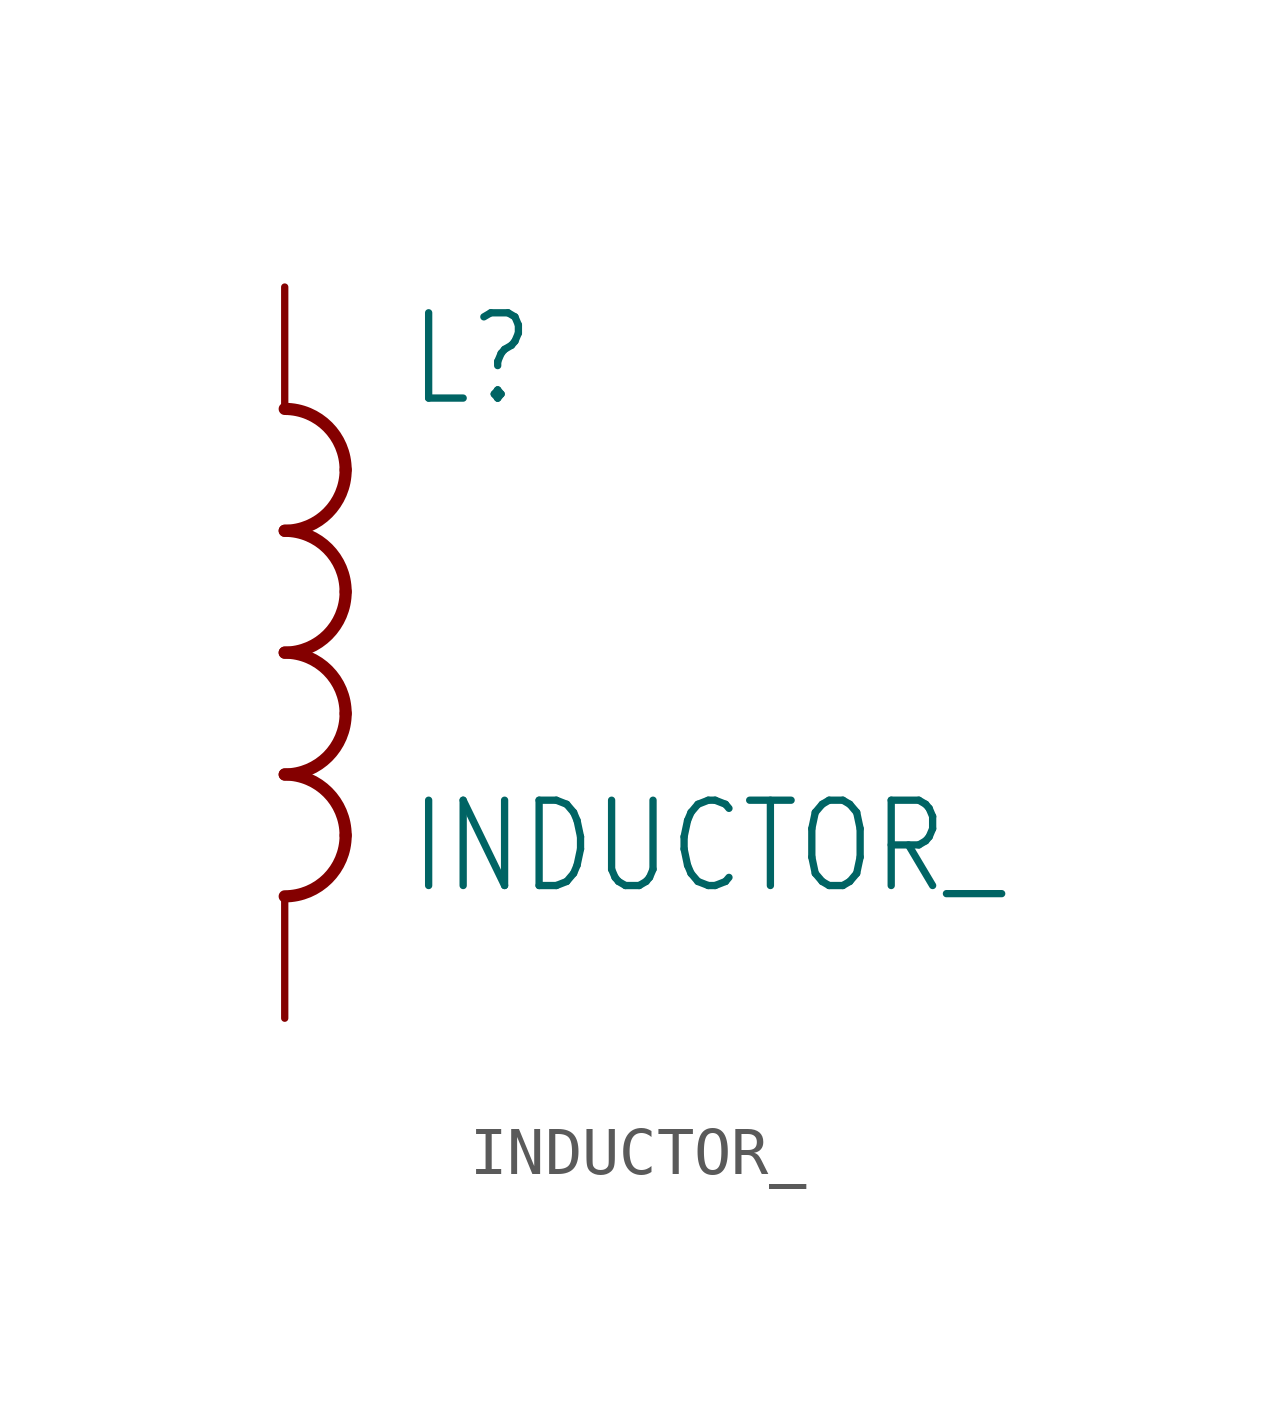
<source format=kicad_sym>
(kicad_symbol_lib
  (version 20211014)
  (generator kicad_symbol_editor)
  (symbol "INDUCTOR_"
    (property "Reference" "L"
      (at 2.54 5.08 0)
      (effects (font (size 1.778 1.511)) (justify left bottom)))
    (property "Value" "INDUCTOR_"
      (at 2.54 -5.08 0)
      (effects (font (size 1.778 1.511)) (justify left bottom)))
    (property "ki_locked" ""
      (at 0 0 0)
      (effects (font (size 1.27 1.27))))
    (symbol "INDUCTOR__1_0"
      (arc (start 0 -5.08) (mid 0.898 -4.708) (end 1.27 -3.81) (stroke (width 0.254) (type default) (color 0 0 0 0)) (fill (type none)))
      (arc (start 0 -2.54) (mid 0.898 -2.168) (end 1.27 -1.27) (stroke (width 0.254) (type default) (color 0 0 0 0)) (fill (type none)))
      (arc (start 0 0) (mid 0.898 0.372) (end 1.27 1.27) (stroke (width 0.254) (type default) (color 0 0 0 0)) (fill (type none)))
      (arc (start 0 2.54) (mid 0.898 2.912) (end 1.27 3.81) (stroke (width 0.254) (type default) (color 0 0 0 0)) (fill (type none)))
      (arc (start 1.27 -3.81) (mid 0.898 -2.912) (end 0 -2.54) (stroke (width 0.254) (type default) (color 0 0 0 0)) (fill (type none)))
      (arc (start 1.27 -1.27) (mid 0.898 -0.372) (end 0 0) (stroke (width 0.254) (type default) (color 0 0 0 0)) (fill (type none)))
      (arc (start 1.27 1.27) (mid 0.898 2.168) (end 0 2.54) (stroke (width 0.254) (type default) (color 0 0 0 0)) (fill (type none)))
      (arc (start 1.27 3.81) (mid 0.898 4.708) (end 0 5.08) (stroke (width 0.254) (type default) (color 0 0 0 0)) (fill (type none)))
      (pin passive line (at 0 7.62 270) (length 2.54) (name "1" (effects (font (size 0 0)))) (number "1" (effects (font (size 0 0)))))
      (pin passive line (at 0 -7.62 90) (length 2.54) (name "2" (effects (font (size 0 0)))) (number "2" (effects (font (size 0 0))))))))
</source>
